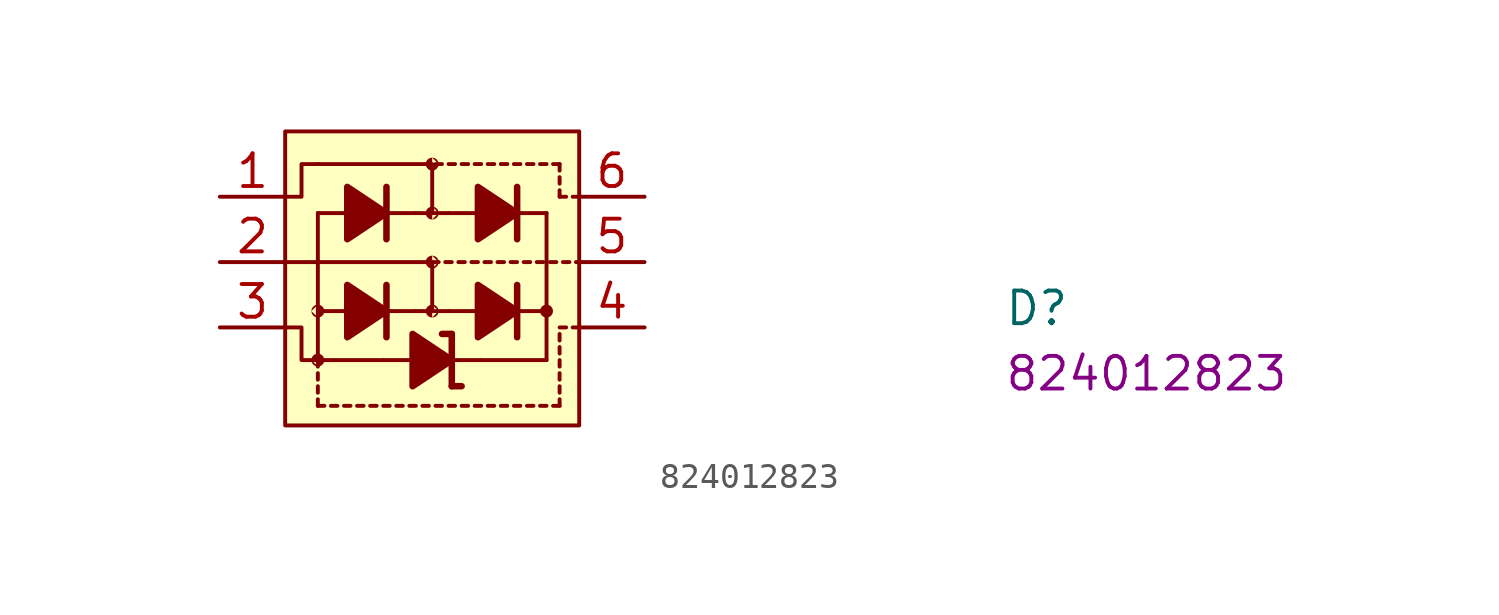
<source format=kicad_sym>
(kicad_symbol_lib
  (version 20220914)
  (generator kicad_symbol_editor)
  (symbol "824012823"
    (property "Reference" "D"
      (at 30.48 -5.08 0)
      (effects (font (size 1.27 1.27) (thickness 0.15)) (justify left bottom)))
    (property "MPN" "824012823"
      (at 30.48 -7.62 0)
      (effects (font (size 1.27 1.27) (thickness 0.15)) (justify left bottom)))
    (symbol "824012823_0_1"
      (polyline (pts (xy 3.81 -6.35) (xy 6.35 -6.35)) (stroke (width 0) (type default)) (fill (type none)))
      (polyline (pts (xy 3.81 -4.445) (xy 5.08 -4.445)) (stroke (width 0) (type default)) (fill (type none)))
      (polyline (pts (xy 3.81 -0.635) (xy 3.81 -6.35)) (stroke (width 0) (type default)) (fill (type none)))
      (polyline (pts (xy 3.81 -0.635) (xy 5.08 -0.635)) (stroke (width 0) (type default)) (fill (type none)))
      (polyline (pts (xy 6.35 -6.35) (xy 7.62 -6.35)) (stroke (width 0) (type default)) (fill (type none)))
      (polyline (pts (xy 6.35 -4.445) (xy 7.62 -4.445)) (stroke (width 0) (type default)) (fill (type none)))
      (polyline (pts (xy 6.35 -0.635) (xy 7.62 -0.635)) (stroke (width 0) (type default)) (fill (type none)))
      (polyline (pts (xy 7.62 -4.445) (xy 8.89 -4.445)) (stroke (width 0) (type default)) (fill (type none)))
      (polyline (pts (xy 7.62 -0.635) (xy 8.89 -0.635)) (stroke (width 0) (type default)) (fill (type none)))
      (polyline (pts (xy 8.89 -6.35) (xy 10.16 -6.35)) (stroke (width 0) (type default)) (fill (type none)))
      (polyline (pts (xy 8.89 -4.445) (xy 10.16 -4.445)) (stroke (width 0) (type default)) (fill (type none)))
      (polyline (pts (xy 8.89 -0.635) (xy 10.16 -0.635)) (stroke (width 0) (type default)) (fill (type none)))
      (polyline (pts (xy 10.16 -6.35) (xy 12.7 -6.35)) (stroke (width 0) (type default)) (fill (type none)))
      (polyline (pts (xy 11.43 -4.445) (xy 12.7 -4.445)) (stroke (width 0) (type default)) (fill (type none)))
      (polyline (pts (xy 11.43 -0.635) (xy 12.7 -0.635)) (stroke (width 0) (type default)) (fill (type none)))
      (polyline (pts (xy 12.7 -0.635) (xy 12.7 -6.35)) (stroke (width 0) (type default)) (fill (type none)))
      (polyline (pts (xy 2.54 -2.54) (xy 8.255 -2.54) (xy 8.255 -4.445)) (stroke (width 0) (type default)) (fill (type none)))
      (polyline (pts (xy 3.81 1.27) (xy 8.255 1.27) (xy 8.255 -0.635)) (stroke (width 0) (type default)) (fill (type none))))
    (symbol "824012823_1_1"
      (polyline (pts (xy 3.81 -8.128) (xy 3.81 -7.874)) (stroke (width 0) (type default)) (fill (type none)))
      (polyline (pts (xy 3.81 -8.128) (xy 4.064 -8.128)) (stroke (width 0) (type default)) (fill (type none)))
      (polyline (pts (xy 3.81 -7.62) (xy 3.81 -7.366)) (stroke (width 0) (type default)) (fill (type none)))
      (polyline (pts (xy 3.81 -7.112) (xy 3.81 -6.858)) (stroke (width 0) (type default)) (fill (type none)))
      (polyline (pts (xy 3.81 -6.604) (xy 3.81 -6.35)) (stroke (width 0) (type default)) (fill (type none)))
      (polyline (pts (xy 4.318 -8.128) (xy 4.572 -8.128)) (stroke (width 0) (type default)) (fill (type none)))
      (polyline (pts (xy 4.826 -8.128) (xy 5.08 -8.128)) (stroke (width 0) (type default)) (fill (type none)))
      (polyline (pts (xy 5.334 -8.128) (xy 5.588 -8.128)) (stroke (width 0) (type default)) (fill (type none)))
      (polyline (pts (xy 5.842 -8.128) (xy 6.096 -8.128)) (stroke (width 0) (type default)) (fill (type none)))
      (polyline (pts (xy 6.35 -8.128) (xy 6.604 -8.128)) (stroke (width 0) (type default)) (fill (type none)))
      (polyline (pts (xy 6.477 -5.461) (xy 6.477 -3.429)) (stroke (width 0.254) (type default)) (fill (type none)))
      (polyline (pts (xy 6.477 -1.651) (xy 6.477 0.381)) (stroke (width 0.254) (type default)) (fill (type none)))
      (polyline (pts (xy 6.858 -8.128) (xy 7.112 -8.128)) (stroke (width 0) (type default)) (fill (type none)))
      (polyline (pts (xy 7.366 -8.128) (xy 7.62 -8.128)) (stroke (width 0) (type default)) (fill (type none)))
      (polyline (pts (xy 7.874 -8.128) (xy 8.128 -8.128)) (stroke (width 0) (type default)) (fill (type none)))
      (polyline (pts (xy 8.255 -2.54) (xy 8.509 -2.54)) (stroke (width 0) (type default)) (fill (type none)))
      (polyline (pts (xy 8.382 -8.128) (xy 8.636 -8.128)) (stroke (width 0) (type default)) (fill (type none)))
      (polyline (pts (xy 8.382 1.27) (xy 8.636 1.27)) (stroke (width 0) (type default)) (fill (type none)))
      (polyline (pts (xy 8.636 -5.334) (xy 9.017 -5.334)) (stroke (width 0.254) (type default)) (fill (type none)))
      (polyline (pts (xy 8.763 -2.54) (xy 9.017 -2.54)) (stroke (width 0) (type default)) (fill (type none)))
      (polyline (pts (xy 8.89 -8.128) (xy 9.144 -8.128)) (stroke (width 0) (type default)) (fill (type none)))
      (polyline (pts (xy 8.89 1.27) (xy 9.144 1.27)) (stroke (width 0) (type default)) (fill (type none)))
      (polyline (pts (xy 9.017 -7.366) (xy 9.017 -5.334)) (stroke (width 0.254) (type default)) (fill (type none)))
      (polyline (pts (xy 9.017 -7.366) (xy 9.398 -7.366)) (stroke (width 0.254) (type default)) (fill (type none)))
      (polyline (pts (xy 9.271 -2.54) (xy 9.525 -2.54)) (stroke (width 0) (type default)) (fill (type none)))
      (polyline (pts (xy 9.398 -8.128) (xy 9.652 -8.128)) (stroke (width 0) (type default)) (fill (type none)))
      (polyline (pts (xy 9.398 1.27) (xy 9.652 1.27)) (stroke (width 0) (type default)) (fill (type none)))
      (polyline (pts (xy 9.779 -2.54) (xy 10.033 -2.54)) (stroke (width 0) (type default)) (fill (type none)))
      (polyline (pts (xy 9.906 -8.128) (xy 10.16 -8.128)) (stroke (width 0) (type default)) (fill (type none)))
      (polyline (pts (xy 9.906 1.27) (xy 10.16 1.27)) (stroke (width 0) (type default)) (fill (type none)))
      (polyline (pts (xy 10.287 -2.54) (xy 10.541 -2.54)) (stroke (width 0) (type default)) (fill (type none)))
      (polyline (pts (xy 10.414 -8.128) (xy 10.668 -8.128)) (stroke (width 0) (type default)) (fill (type none)))
      (polyline (pts (xy 10.414 1.27) (xy 10.668 1.27)) (stroke (width 0) (type default)) (fill (type none)))
      (polyline (pts (xy 10.795 -2.54) (xy 11.049 -2.54)) (stroke (width 0) (type default)) (fill (type none)))
      (polyline (pts (xy 10.922 -8.128) (xy 11.176 -8.128)) (stroke (width 0) (type default)) (fill (type none)))
      (polyline (pts (xy 10.922 1.27) (xy 11.176 1.27)) (stroke (width 0) (type default)) (fill (type none)))
      (polyline (pts (xy 11.303 -2.54) (xy 11.557 -2.54)) (stroke (width 0) (type default)) (fill (type none)))
      (polyline (pts (xy 11.43 -8.128) (xy 11.684 -8.128)) (stroke (width 0) (type default)) (fill (type none)))
      (polyline (pts (xy 11.43 1.27) (xy 11.684 1.27)) (stroke (width 0) (type default)) (fill (type none)))
      (polyline (pts (xy 11.557 -5.461) (xy 11.557 -3.429)) (stroke (width 0.254) (type default)) (fill (type none)))
      (polyline (pts (xy 11.557 -1.651) (xy 11.557 0.381)) (stroke (width 0.254) (type default)) (fill (type none)))
      (polyline (pts (xy 11.811 -2.54) (xy 12.065 -2.54)) (stroke (width 0) (type default)) (fill (type none)))
      (polyline (pts (xy 11.938 -8.128) (xy 12.192 -8.128)) (stroke (width 0) (type default)) (fill (type none)))
      (polyline (pts (xy 11.938 1.27) (xy 12.192 1.27)) (stroke (width 0) (type default)) (fill (type none)))
      (polyline (pts (xy 12.319 -2.54) (xy 12.573 -2.54)) (stroke (width 0) (type default)) (fill (type none)))
      (polyline (pts (xy 12.446 -8.128) (xy 12.7 -8.128)) (stroke (width 0) (type default)) (fill (type none)))
      (polyline (pts (xy 12.446 1.27) (xy 12.7 1.27)) (stroke (width 0) (type default)) (fill (type none)))
      (polyline (pts (xy 12.827 -2.54) (xy 13.081 -2.54)) (stroke (width 0) (type default)) (fill (type none)))
      (polyline (pts (xy 12.954 -8.128) (xy 13.208 -8.128)) (stroke (width 0) (type default)) (fill (type none)))
      (polyline (pts (xy 12.954 1.27) (xy 13.208 1.27)) (stroke (width 0) (type default)) (fill (type none)))
      (polyline (pts (xy 13.208 -8.128) (xy 13.208 -7.874)) (stroke (width 0) (type default)) (fill (type none)))
      (polyline (pts (xy 13.208 -7.62) (xy 13.208 -7.366)) (stroke (width 0) (type default)) (fill (type none)))
      (polyline (pts (xy 13.208 -7.112) (xy 13.208 -6.858)) (stroke (width 0) (type default)) (fill (type none)))
      (polyline (pts (xy 13.208 -6.604) (xy 13.208 -6.35)) (stroke (width 0) (type default)) (fill (type none)))
      (polyline (pts (xy 13.208 -6.096) (xy 13.208 -5.842)) (stroke (width 0) (type default)) (fill (type none)))
      (polyline (pts (xy 13.208 -5.588) (xy 13.208 -5.334)) (stroke (width 0) (type default)) (fill (type none)))
      (polyline (pts (xy 13.208 -5.08) (xy 13.462 -5.08)) (stroke (width 0) (type default)) (fill (type none)))
      (polyline (pts (xy 13.208 0) (xy 13.462 0)) (stroke (width 0) (type default)) (fill (type none)))
      (polyline (pts (xy 13.208 0.254) (xy 13.208 0)) (stroke (width 0) (type default)) (fill (type none)))
      (polyline (pts (xy 13.208 0.762) (xy 13.208 0.508)) (stroke (width 0) (type default)) (fill (type none)))
      (polyline (pts (xy 13.208 1.27) (xy 13.208 1.016)) (stroke (width 0) (type default)) (fill (type none)))
      (polyline (pts (xy 13.335 -2.54) (xy 13.589 -2.54)) (stroke (width 0) (type default)) (fill (type none)))
      (polyline (pts (xy 13.716 -5.08) (xy 13.97 -5.08)) (stroke (width 0) (type default)) (fill (type none)))
      (polyline (pts (xy 13.716 0) (xy 13.97 0)) (stroke (width 0) (type default)) (fill (type none)))
      (polyline (pts (xy 13.843 -2.54) (xy 14.097 -2.54)) (stroke (width 0) (type default)) (fill (type none)))
      (polyline (pts (xy 2.54 0) (xy 3.175 0) (xy 3.175 1.27) (xy 3.81 1.27)) (stroke (width 0) (type default)) (fill (type none)))
      (polyline (pts (xy 3.81 -6.35) (xy 3.175 -6.35) (xy 3.175 -5.08) (xy 2.54 -5.08)) (stroke (width 0) (type default)) (fill (type none)))
      (polyline (pts (xy 4.953 -5.461) (xy 4.953 -3.429) (xy 6.477 -4.445) (xy 4.953 -5.461)) (stroke (width 0.254) (type default)) (fill (type outline)))
      (polyline (pts (xy 4.953 -1.651) (xy 4.953 0.381) (xy 6.477 -0.635) (xy 4.953 -1.651)) (stroke (width 0.254) (type default)) (fill (type outline)))
      (polyline (pts (xy 7.493 -7.366) (xy 7.493 -5.334) (xy 9.017 -6.35) (xy 7.493 -7.366)) (stroke (width 0.254) (type default)) (fill (type outline)))
      (polyline (pts (xy 10.033 -5.461) (xy 10.033 -3.429) (xy 11.557 -4.445) (xy 10.033 -5.461)) (stroke (width 0.254) (type default)) (fill (type outline)))
      (polyline (pts (xy 10.033 -1.651) (xy 10.033 0.381) (xy 11.557 -0.635) (xy 10.033 -1.651)) (stroke (width 0.254) (type default)) (fill (type outline)))
      (rectangle (start 2.54 2.54) (end 13.97 -8.89) (stroke (width 0) (type default)) (fill (type background)))
      (circle (center 3.81 -6.35) (radius 0.0001) (stroke (width 0.5) (type default)) (fill (type outline)))
      (circle (center 3.81 -4.445) (radius 0.0001) (stroke (width 0.5) (type default)) (fill (type outline)))
      (circle (center 8.255 -4.445) (radius 0.0001) (stroke (width 0.5) (type default)) (fill (type outline)))
      (circle (center 8.255 -2.54) (radius 0.0001) (stroke (width 0.5) (type default)) (fill (type outline)))
      (circle (center 8.255 -0.635) (radius 0.0001) (stroke (width 0.5) (type default)) (fill (type outline)))
      (circle (center 8.255 1.27) (radius 0.0001) (stroke (width 0.5) (type default)) (fill (type outline)))
      (circle (center 12.7 -4.445) (radius 0.0001) (stroke (width 0.5) (type default)) (fill (type outline)))
      (pin passive line (at 0 0 0) (length 2.54) (name "~" (effects (font (size 1.27 1.27)))) (number "1" (effects (font (size 1.27 1.27)))))
      (pin passive line (at 0 -2.54 0) (length 2.54) (name "~" (effects (font (size 1.27 1.27)))) (number "2" (effects (font (size 1.27 1.27)))))
      (pin passive line (at 0 -5.08 0) (length 2.54) (name "~" (effects (font (size 1.27 1.27)))) (number "3" (effects (font (size 1.27 1.27)))))
      (pin passive line (at 16.51 -5.08 180) (length 2.54) (name "~" (effects (font (size 1.27 1.27)))) (number "4" (effects (font (size 1.27 1.27)))))
      (pin passive line (at 16.51 -2.54 180) (length 2.54) (name "~" (effects (font (size 1.27 1.27)))) (number "5" (effects (font (size 1.27 1.27)))))
      (pin passive line (at 16.51 0 180) (length 2.54) (name "~" (effects (font (size 1.27 1.27)))) (number "6" (effects (font (size 1.27 1.27))))))))
</source>
